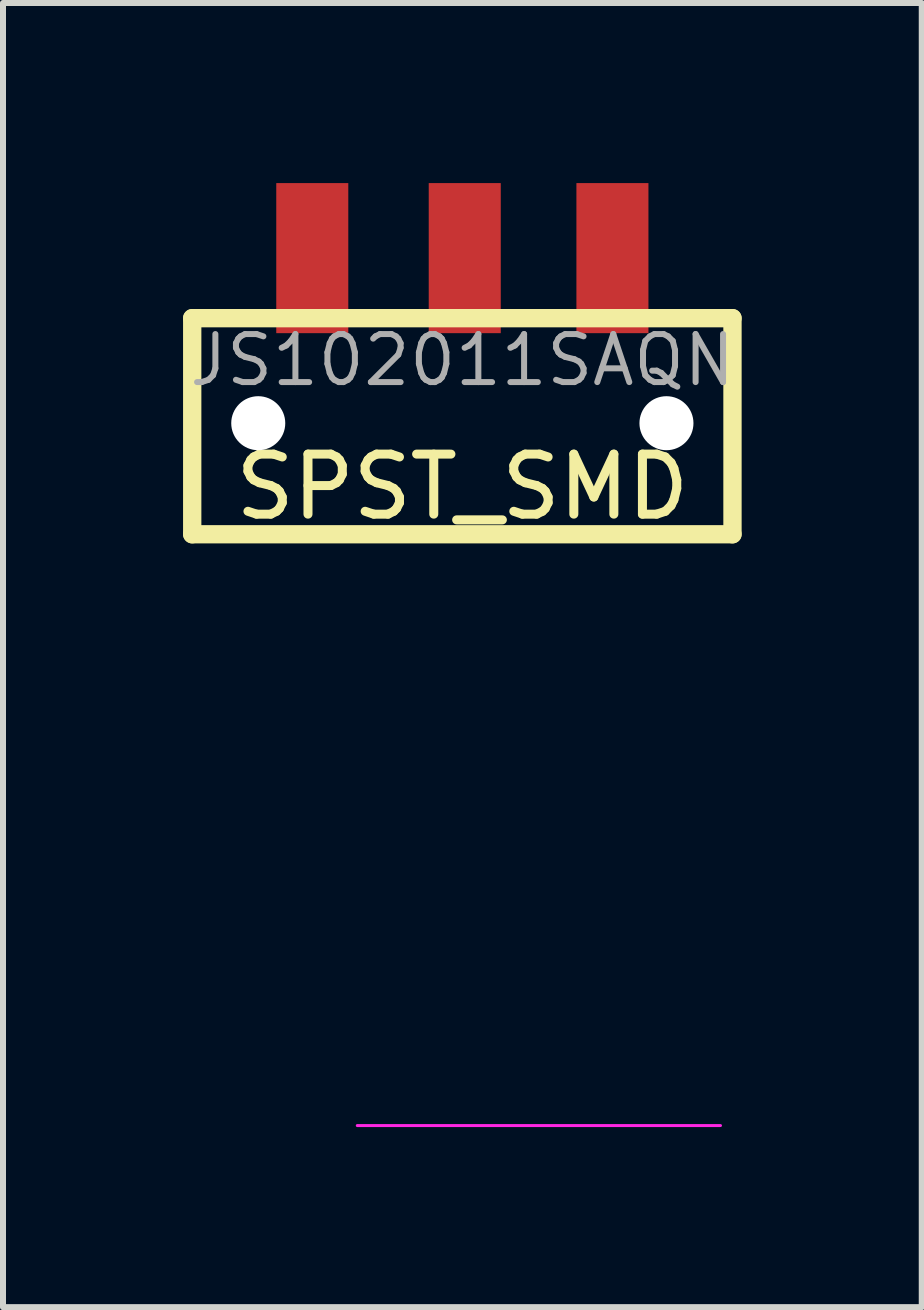
<source format=kicad_pcb>
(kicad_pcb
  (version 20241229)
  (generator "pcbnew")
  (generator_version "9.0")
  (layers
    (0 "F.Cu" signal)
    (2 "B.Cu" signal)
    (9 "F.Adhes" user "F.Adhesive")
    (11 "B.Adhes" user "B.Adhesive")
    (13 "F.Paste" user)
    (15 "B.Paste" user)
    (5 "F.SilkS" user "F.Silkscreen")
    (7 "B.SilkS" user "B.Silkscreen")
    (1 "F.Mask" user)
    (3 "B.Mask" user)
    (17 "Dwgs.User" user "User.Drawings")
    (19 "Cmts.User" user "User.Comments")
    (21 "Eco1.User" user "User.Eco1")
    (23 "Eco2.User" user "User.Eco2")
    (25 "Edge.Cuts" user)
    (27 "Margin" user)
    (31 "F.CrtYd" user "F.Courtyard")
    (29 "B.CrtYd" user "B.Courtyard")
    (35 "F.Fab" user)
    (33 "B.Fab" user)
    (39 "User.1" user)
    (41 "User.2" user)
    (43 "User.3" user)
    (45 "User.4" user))
  (footprint "SPST_SMD"
    (layer "F.Cu")
    (at 4.652 1.25)
    (property "Reference" "SPST_SMD" (at 0 3.81 0) (layer "F.SilkS") (effects (font (size 1 1) (thickness 0.15))))
    (attr through_hole)
    (fp_line (start -4.5 1) (end -4.5 4.6) (stroke (width 0.305) (type solid)) (layer "F.SilkS"))
    (fp_line (start -4.5 1) (end 4.5 1) (stroke (width 0.305) (type solid)) (layer "F.SilkS"))
    (fp_line (start -4.5 4.6) (end 4.5 4.6) (stroke (width 0.305) (type solid)) (layer "F.SilkS"))
    (fp_line (start 4.5 1) (end 4.5 4.6) (stroke (width 0.305) (type solid)) (layer "F.SilkS"))
    (fp_line (start -1.75 14.45) (end 4.3 14.45) (stroke (width 0.05) (type solid)) (layer "F.CrtYd"))
    (fp_text user "JS102011SAQN" (at 0 1.7 0) (layer "F.Fab") (effects (font (size 0.8 0.8) (thickness 0.1))))
    (pad "" np_thru_hole circle (at -3.4 2.75) (size 0.9 0.9) (drill 0.9) (layers "*.Cu" "*.Mask"))
    (pad "" np_thru_hole circle (at 3.4 2.75) (size 0.9 0.9) (drill 0.9) (layers "*.Cu" "*.Mask"))
    (pad "1" smd rect (at -2.5 0) (size 1.2 2.5) (layers "F.Cu" "F.Mask" "F.Paste"))
    (pad "2" smd rect (at 0.04 0) (size 1.2 2.5) (layers "F.Cu" "F.Mask" "F.Paste"))
    (pad "3" smd rect (at 2.5 0) (size 1.2 2.5) (layers "F.Cu" "F.Mask" "F.Paste")))
  (gr_rect
    (start -3 -3)
    (end 12.305 18.725)
    (stroke (width 0.1) (type default))
    (fill no)
    (layer "Edge.Cuts")))
</source>
